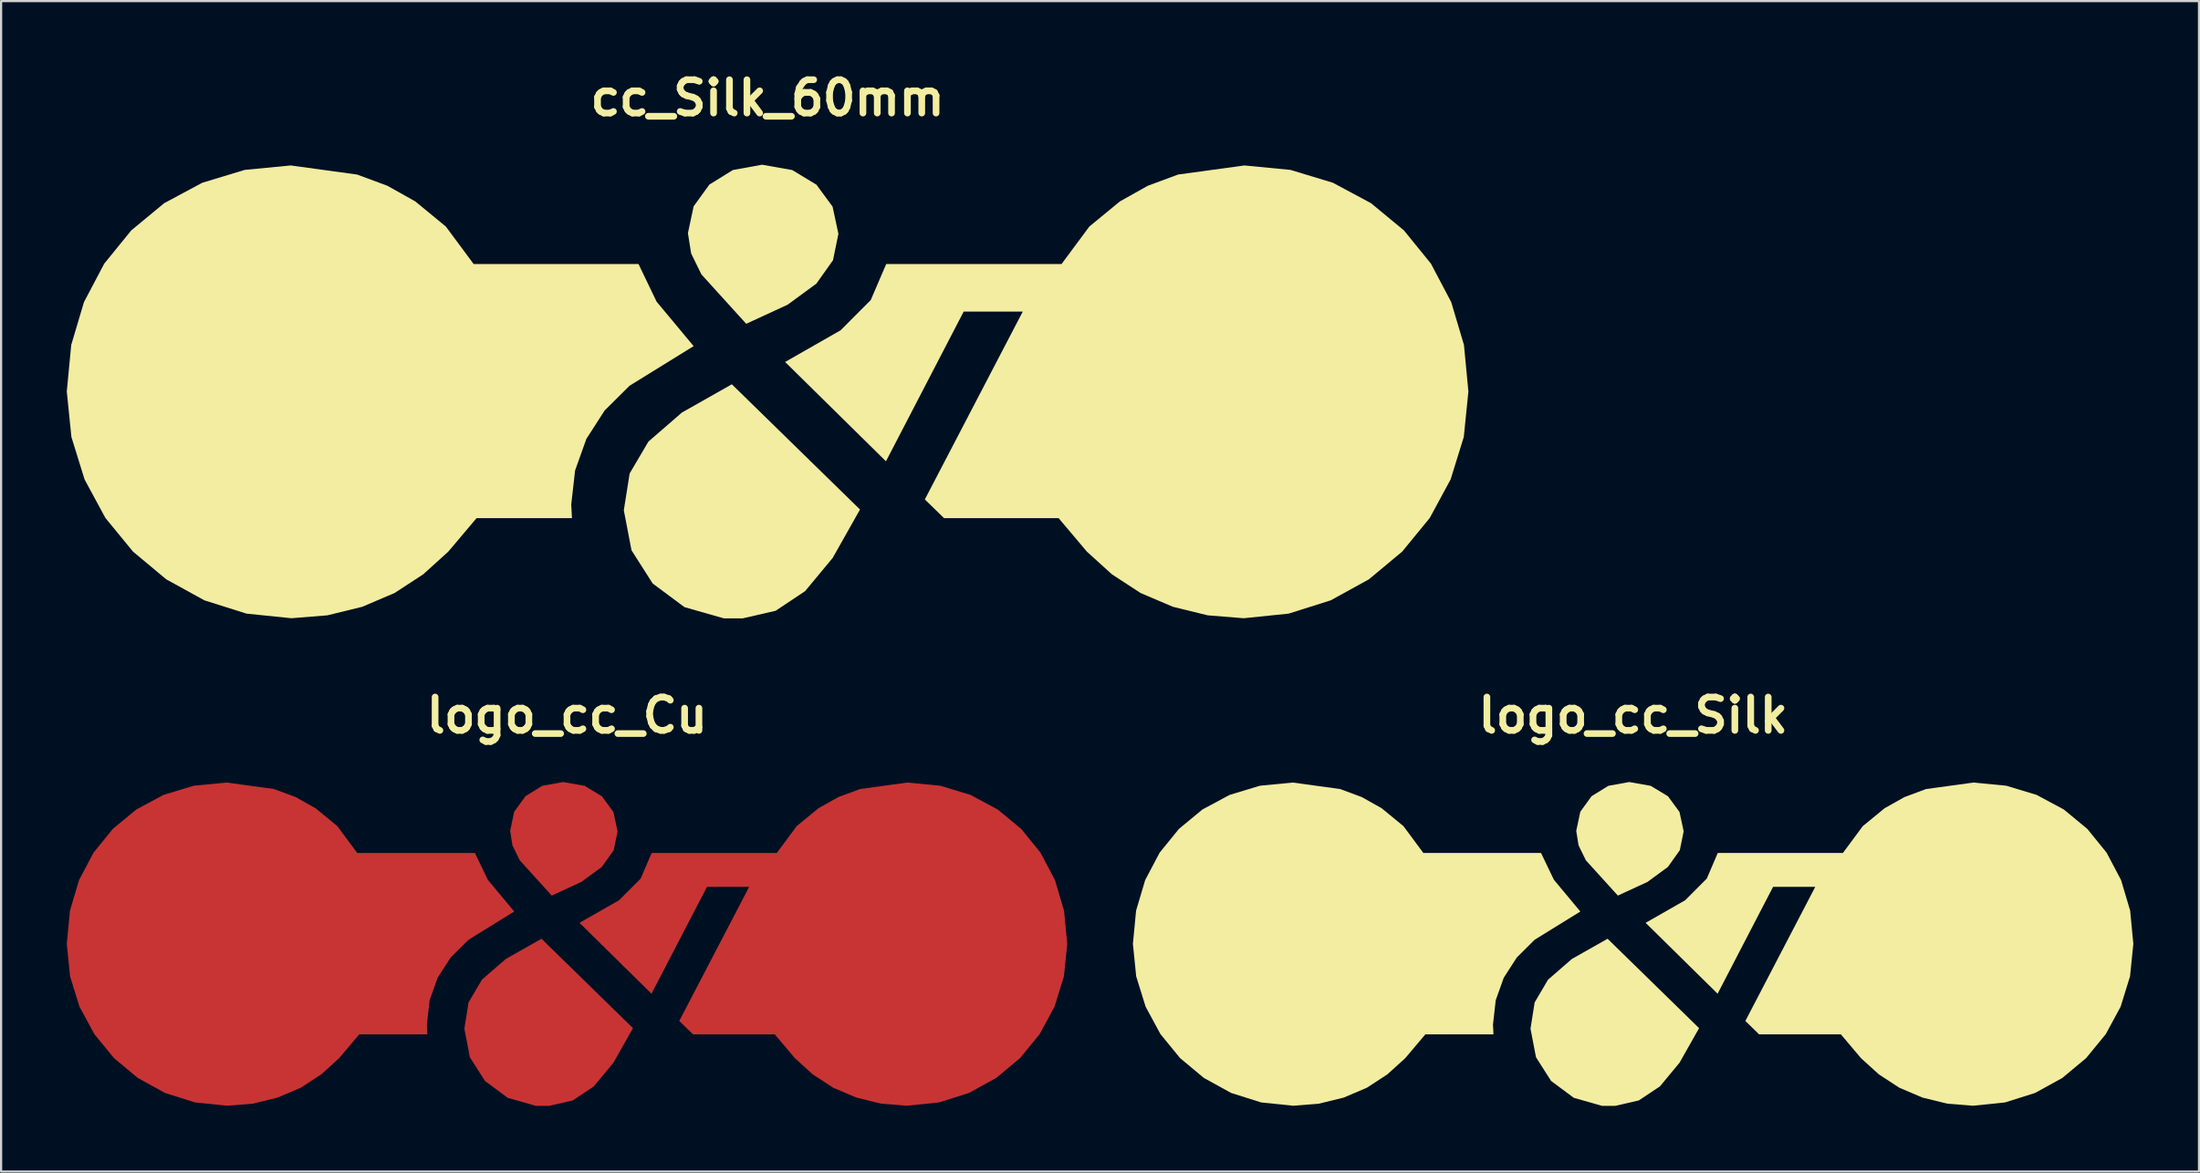
<source format=kicad_pcb>
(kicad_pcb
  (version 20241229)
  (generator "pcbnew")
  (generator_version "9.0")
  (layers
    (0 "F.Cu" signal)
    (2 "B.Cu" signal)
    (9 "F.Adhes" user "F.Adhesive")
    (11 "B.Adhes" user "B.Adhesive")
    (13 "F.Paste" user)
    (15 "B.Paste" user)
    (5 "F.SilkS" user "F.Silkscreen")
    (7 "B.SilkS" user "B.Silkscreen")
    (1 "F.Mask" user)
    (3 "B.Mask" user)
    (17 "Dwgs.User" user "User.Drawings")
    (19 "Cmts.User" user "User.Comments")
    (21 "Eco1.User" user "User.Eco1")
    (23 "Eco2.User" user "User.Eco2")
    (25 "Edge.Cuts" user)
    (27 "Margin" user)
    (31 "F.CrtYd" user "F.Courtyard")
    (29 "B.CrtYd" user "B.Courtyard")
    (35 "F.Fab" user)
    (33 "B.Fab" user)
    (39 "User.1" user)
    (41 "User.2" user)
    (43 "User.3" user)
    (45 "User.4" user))
  (footprint "logo_cc_Silk"
    (layer "F.Cu")
    (at 71.522 40.069)
    (property "Reference" "logo_cc_Silk" (at 0 -10.444 0) (layer "F.SilkS") (effects (font (size 1.524 1.524) (thickness 0.305))))
    (attr smd)
    (fp_poly (pts (xy -0.18 -7.396) (xy -15.541 -7.372) (xy -17.041 -7.227) (xy -18.425 -6.808) (xy -19.666 -6.142) (xy -20.74 -5.254) (xy -21.62 -4.17) (xy -22.281 -2.917) (xy -22.696 -1.519) (xy -22.841 -0.003) (xy -22.691 1.481) (xy -22.261 2.866) (xy -21.582 4.121) (xy -20.685 5.217) (xy -19.599 6.122) (xy -18.356 6.807) (xy -16.985 7.24) (xy -15.519 7.391) (xy -14.346 7.296) (xy -13.212 7.018) (xy -12.158 6.569) (xy -11.223 5.959) (xy -10.407 5.22) (xy -9.486 4.129) (xy -7.562 4.129) (xy -6.377 4.129) (xy -6.399 3.683) (xy -6.274 2.573) (xy -5.907 1.544) (xy -5.31 0.617) (xy -4.498 -0.19) (xy -2.41 -1.481) (xy -3.618 -2.932) (xy -4.206 -4.157) (xy -7.631 -4.157) (xy -9.58 -4.157) (xy -10.486 -5.38) (xy -11.481 -6.198) (xy -12.389 -6.708) (xy -13.379 -7.076) (xy -15.541 -7.372) (xy -15.541 -7.372) (xy -0.18 -7.396) (xy 15.541 -7.372) (xy 13.379 -7.076) (xy 12.389 -6.708) (xy 11.481 -6.198) (xy 10.486 -5.38) (xy 9.58 -4.157) (xy 7.631 -4.157) (xy 3.866 -4.157) (xy 3.363 -2.984) (xy 2.378 -1.997) (xy 0.571 -0.964) (xy 3.858 2.274) (xy 6.391 -2.608) (xy 8.317 -2.608) (xy 5.125 3.518) (xy 5.752 4.129) (xy 7.562 4.129) (xy 9.486 4.129) (xy 10.407 5.22) (xy 11.222 5.959) (xy 12.157 6.569) (xy 13.211 7.018) (xy 14.345 7.296) (xy 15.517 7.391) (xy 16.984 7.24) (xy 18.355 6.807) (xy 19.598 6.122) (xy 20.684 5.217) (xy 21.582 4.121) (xy 22.261 2.866) (xy 22.69 1.481) (xy 22.841 -0.003) (xy 22.696 -1.519) (xy 22.281 -2.917) (xy 21.62 -4.17) (xy 20.74 -5.254) (xy 19.666 -6.142) (xy 18.425 -6.808) (xy 17.041 -7.227) (xy 15.541 -7.372) (xy -0.18 -7.396) (xy -1.132 -7.222) (xy -1.899 -6.747) (xy -2.411 -6.039) (xy -2.597 -5.166) (xy -2.491 -4.502) (xy -1.166 -0.237) (xy -2.795 0.686) (xy -3.885 1.632) (xy -4.496 2.671) (xy -4.686 3.871) (xy -4.435 5.176) (xy -3.745 6.259) (xy -2.709 7.029) (xy -1.422 7.396) (xy -0.815 7.396) (xy 0.262 7.148) (xy 1.223 6.508) (xy 2.121 5.424) (xy 3.012 3.847) (xy -1.166 -0.237) (xy -2.491 -4.502) (xy -2.157 -3.819) (xy -0.697 -2.209) (xy 0.654 -2.832) (xy 1.589 -3.518) (xy 2.132 -4.282) (xy 2.308 -5.143) (xy 2.117 -6.03) (xy 1.592 -6.745) (xy 0.803 -7.222) (xy -0.18 -7.396)) (stroke (width 0) (type solid)) (fill yes) (layer "F.SilkS")))
  (footprint "cc_Silk_60mm"
    (layer "F.Cu")
    (at 32 14.836)
    (property "Reference" "cc_Silk_60mm" (at 0 -13.41 0) (layer "F.SilkS") (effects (font (size 1.524 1.524) (thickness 0.305))))
    (attr smd)
    (fp_poly (pts (xy -0.252 -10.362) (xy -21.774 -10.328) (xy -23.875 -10.125) (xy -25.813 -9.538) (xy -27.553 -8.605) (xy -29.057 -7.361) (xy -30.29 -5.843) (xy -31.216 -4.086) (xy -31.798 -2.128) (xy -32 -0.004) (xy -31.79 2.074) (xy -31.188 4.015) (xy -30.237 5.774) (xy -28.979 7.309) (xy -27.459 8.578) (xy -25.717 9.537) (xy -23.797 10.144) (xy -21.742 10.355) (xy -20.099 10.222) (xy -18.511 9.833) (xy -17.034 9.203) (xy -15.724 8.348) (xy -14.581 7.313) (xy -13.29 5.784) (xy -10.594 5.784) (xy -8.934 5.784) (xy -8.966 5.16) (xy -8.79 3.604) (xy -8.275 2.163) (xy -7.44 0.864) (xy -6.302 -0.266) (xy -3.377 -2.075) (xy -5.069 -4.107) (xy -5.893 -5.824) (xy -10.692 -5.824) (xy -13.421 -5.824) (xy -14.692 -7.538) (xy -16.085 -8.684) (xy -17.358 -9.399) (xy -18.744 -9.913) (xy -21.774 -10.328) (xy -21.774 -10.328) (xy -21.774 -10.328) (xy -0.252 -10.362) (xy 21.774 -10.328) (xy 18.744 -9.913) (xy 17.358 -9.399) (xy 16.085 -8.684) (xy 14.692 -7.538) (xy 13.421 -5.824) (xy 10.692 -5.824) (xy 5.416 -5.824) (xy 4.711 -4.181) (xy 3.332 -2.798) (xy 0.8 -1.351) (xy 5.405 3.186) (xy 8.955 -3.654) (xy 11.652 -3.654) (xy 7.18 4.928) (xy 8.059 5.784) (xy 10.594 5.784) (xy 13.29 5.784) (xy 14.58 7.313) (xy 15.722 8.348) (xy 17.032 9.203) (xy 18.509 9.833) (xy 20.097 10.222) (xy 21.74 10.355) (xy 23.795 10.144) (xy 25.715 9.537) (xy 27.457 8.578) (xy 28.979 7.309) (xy 30.236 5.774) (xy 31.188 4.015) (xy 31.79 2.074) (xy 32 -0.004) (xy 31.798 -2.128) (xy 31.216 -4.086) (xy 30.29 -5.843) (xy 29.057 -7.361) (xy 27.553 -8.605) (xy 25.813 -9.538) (xy 23.875 -10.125) (xy 21.774 -10.328) (xy -0.252 -10.362) (xy -1.586 -10.119) (xy -2.66 -9.453) (xy -3.377 -8.461) (xy -3.638 -7.237) (xy -3.491 -6.308) (xy -1.633 -0.332) (xy -3.916 0.961) (xy -5.443 2.287) (xy -6.299 3.742) (xy -6.565 5.423) (xy -6.214 7.252) (xy -5.246 8.769) (xy -3.795 9.848) (xy -1.993 10.362) (xy -1.142 10.362) (xy 0.367 10.014) (xy 1.713 9.117) (xy 2.972 7.6) (xy 4.22 5.389) (xy -1.633 -0.332) (xy -3.491 -6.308) (xy -3.022 -5.351) (xy -0.976 -3.095) (xy 0.916 -3.968) (xy 2.226 -4.928) (xy 2.987 -5.999) (xy 3.234 -7.205) (xy 2.967 -8.448) (xy 2.231 -9.449) (xy 1.125 -10.118) (xy -0.252 -10.362)) (stroke (width 0) (type solid)) (fill yes) (layer "F.SilkS")))
  (footprint "logo_cc_Cu"
    (layer "F.Cu")
    (at 22.841 40.069)
    (property "Reference" "logo_cc_Cu" (at 0 -10.444 0) (layer "F.SilkS") (effects (font (size 1.524 1.524) (thickness 0.305))))
    (attr smd)
    (fp_poly (pts (xy -0.18 -7.396) (xy -15.541 -7.372) (xy -17.041 -7.227) (xy -18.425 -6.808) (xy -19.666 -6.142) (xy -20.74 -5.254) (xy -21.62 -4.17) (xy -22.281 -2.917) (xy -22.696 -1.519) (xy -22.841 -0.003) (xy -22.691 1.481) (xy -22.261 2.866) (xy -21.582 4.121) (xy -20.685 5.217) (xy -19.599 6.122) (xy -18.356 6.807) (xy -16.985 7.24) (xy -15.519 7.391) (xy -14.346 7.296) (xy -13.212 7.018) (xy -12.158 6.569) (xy -11.223 5.959) (xy -10.407 5.22) (xy -9.486 4.129) (xy -7.562 4.129) (xy -6.377 4.129) (xy -6.399 3.683) (xy -6.274 2.573) (xy -5.907 1.544) (xy -5.31 0.617) (xy -4.498 -0.19) (xy -2.41 -1.481) (xy -3.618 -2.932) (xy -4.206 -4.157) (xy -7.631 -4.157) (xy -9.58 -4.157) (xy -10.486 -5.38) (xy -11.481 -6.198) (xy -12.389 -6.708) (xy -13.379 -7.076) (xy -15.541 -7.372) (xy -15.541 -7.372) (xy -0.18 -7.396) (xy 15.541 -7.372) (xy 13.379 -7.076) (xy 12.389 -6.708) (xy 11.481 -6.198) (xy 10.486 -5.38) (xy 9.58 -4.157) (xy 7.631 -4.157) (xy 3.866 -4.157) (xy 3.363 -2.984) (xy 2.378 -1.997) (xy 0.571 -0.964) (xy 3.858 2.274) (xy 6.391 -2.608) (xy 8.317 -2.608) (xy 5.125 3.518) (xy 5.752 4.129) (xy 7.562 4.129) (xy 9.486 4.129) (xy 10.407 5.22) (xy 11.222 5.959) (xy 12.157 6.569) (xy 13.211 7.018) (xy 14.345 7.296) (xy 15.517 7.391) (xy 16.984 7.24) (xy 18.355 6.807) (xy 19.598 6.122) (xy 20.684 5.217) (xy 21.582 4.121) (xy 22.261 2.866) (xy 22.69 1.481) (xy 22.841 -0.003) (xy 22.696 -1.519) (xy 22.281 -2.917) (xy 21.62 -4.17) (xy 20.74 -5.254) (xy 19.666 -6.142) (xy 18.425 -6.808) (xy 17.041 -7.227) (xy 15.541 -7.372) (xy -0.18 -7.396) (xy -1.132 -7.222) (xy -1.899 -6.747) (xy -2.411 -6.039) (xy -2.597 -5.166) (xy -2.491 -4.502) (xy -1.166 -0.237) (xy -2.795 0.686) (xy -3.885 1.632) (xy -4.496 2.671) (xy -4.686 3.871) (xy -4.435 5.176) (xy -3.745 6.259) (xy -2.709 7.029) (xy -1.422 7.396) (xy -0.815 7.396) (xy 0.262 7.148) (xy 1.223 6.508) (xy 2.121 5.424) (xy 3.012 3.847) (xy -1.166 -0.237) (xy -2.491 -4.502) (xy -2.157 -3.819) (xy -0.697 -2.209) (xy 0.654 -2.832) (xy 1.589 -3.518) (xy 2.132 -4.282) (xy 2.308 -5.143) (xy 2.117 -6.03) (xy 1.592 -6.745) (xy 0.803 -7.222) (xy -0.18 -7.396)) (stroke (width 0) (type solid)) (fill yes) (layer "F.Cu")))
  (gr_rect
    (start -3 -3)
    (end 97.362 50.465)
    (stroke (width 0.1) (type default))
    (fill no)
    (layer "Edge.Cuts")))
</source>
